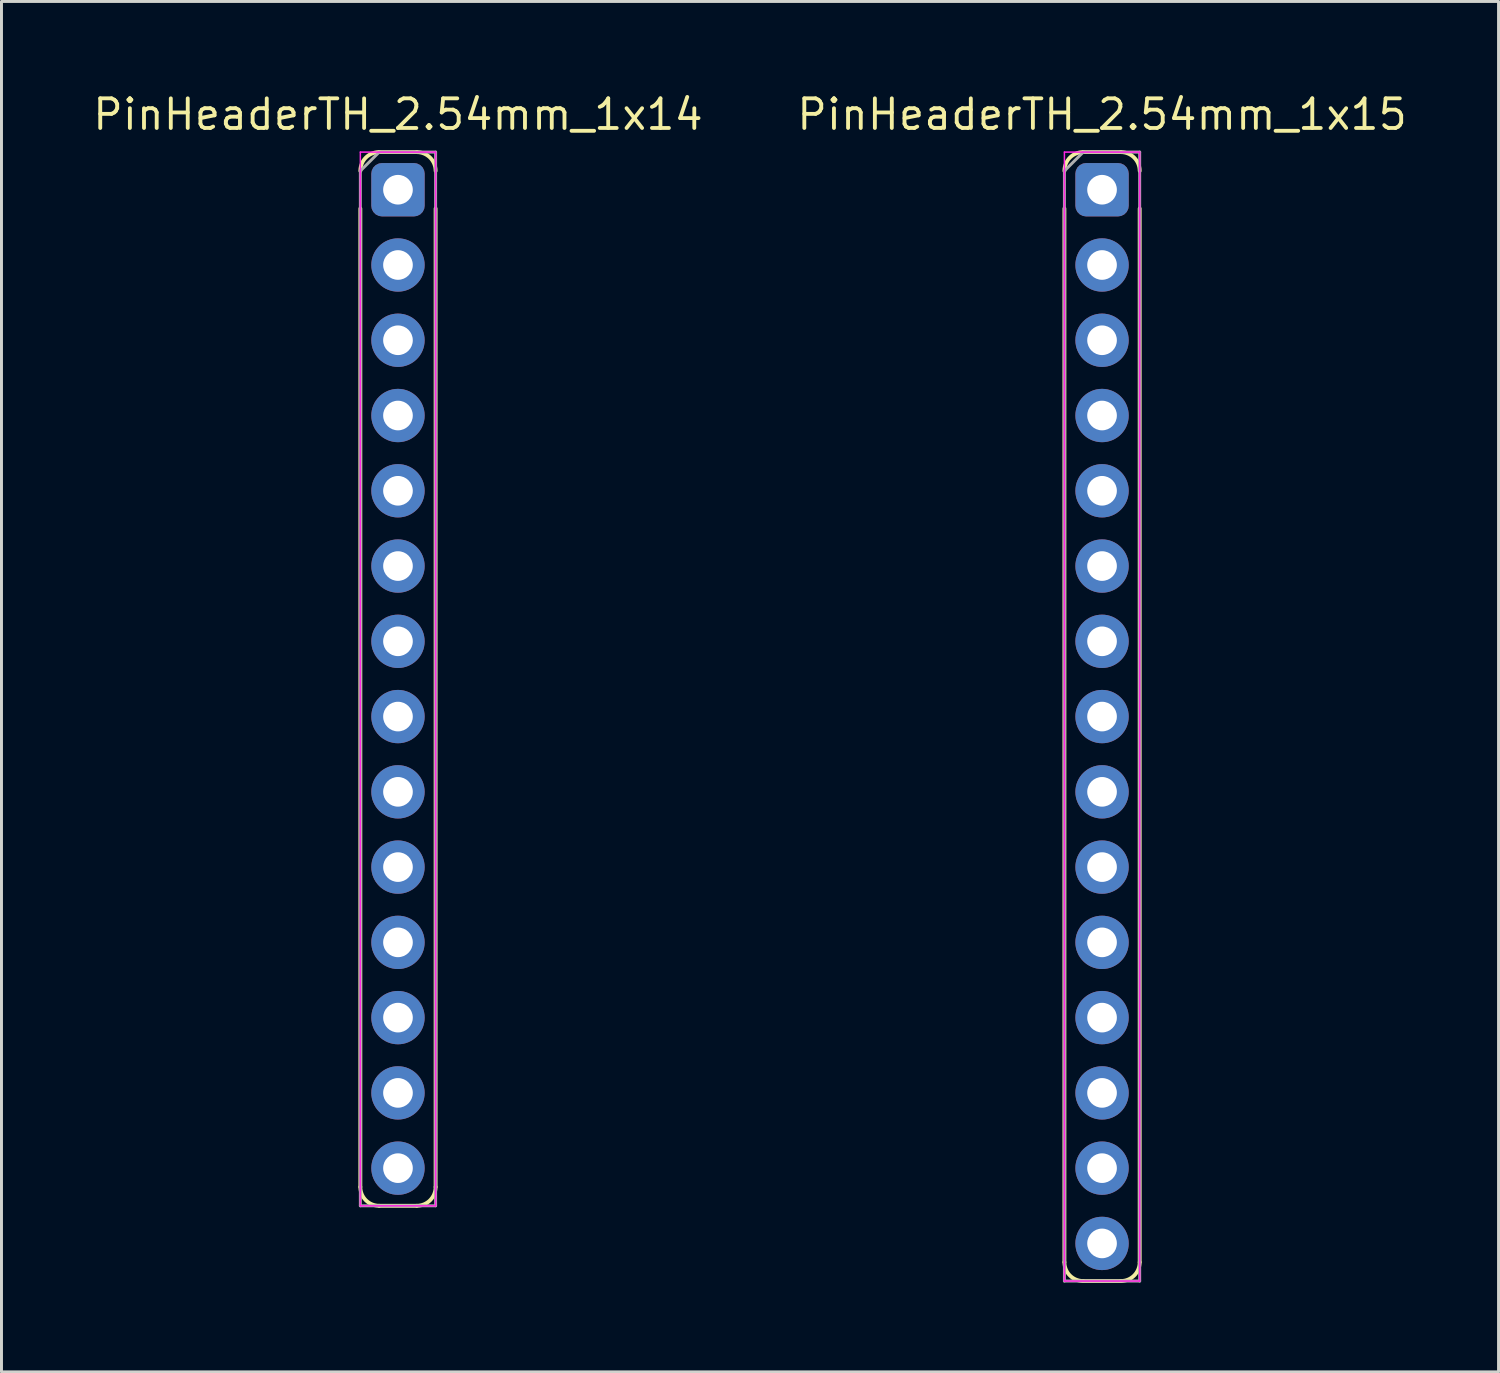
<source format=kicad_pcb>
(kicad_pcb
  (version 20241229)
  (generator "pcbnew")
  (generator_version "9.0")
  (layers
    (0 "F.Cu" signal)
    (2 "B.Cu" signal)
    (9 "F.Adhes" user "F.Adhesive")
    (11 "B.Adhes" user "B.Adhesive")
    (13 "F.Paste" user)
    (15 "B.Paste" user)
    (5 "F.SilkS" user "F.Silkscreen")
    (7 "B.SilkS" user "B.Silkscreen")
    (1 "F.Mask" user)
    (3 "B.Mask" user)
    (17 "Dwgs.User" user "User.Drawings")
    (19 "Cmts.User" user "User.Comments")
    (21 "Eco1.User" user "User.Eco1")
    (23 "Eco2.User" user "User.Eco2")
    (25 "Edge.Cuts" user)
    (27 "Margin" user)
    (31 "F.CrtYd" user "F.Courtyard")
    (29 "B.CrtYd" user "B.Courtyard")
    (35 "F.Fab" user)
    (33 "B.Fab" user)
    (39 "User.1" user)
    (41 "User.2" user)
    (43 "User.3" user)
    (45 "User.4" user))
  (footprint "PinHeaderTH_2.54mm_1x14"
    (layer "F.Cu")
    (at 10.381 3.353)
    (property "Reference" "PinHeaderTH_2.54mm_1x14" (at 0 -2.54 0) (layer "F.SilkS") (effects (font (size 1 1) (thickness 0.13))))
    (attr through_hole)
    (fp_line (start -1.27 0.635) (end -1.27 33.655) (stroke (width 0.13) (type solid)) (layer "F.SilkS"))
    (fp_line (start -0.635 -1.27) (end 0.635 -1.27) (stroke (width 0.13) (type solid)) (layer "F.SilkS"))
    (fp_line (start -0.635 34.29) (end 0.635 34.29) (stroke (width 0.13) (type solid)) (layer "F.SilkS"))
    (fp_line (start 1.27 0.635) (end 1.27 33.655) (stroke (width 0.13) (type solid)) (layer "F.SilkS"))
    (fp_arc (start -1.27 -0.635) (mid -1.084013 -1.084013) (end -0.635 -1.27) (stroke (width 0.13) (type solid)) (layer "F.SilkS"))
    (fp_arc (start -0.635 34.29) (mid -1.084013 34.104013) (end -1.27 33.655) (stroke (width 0.13) (type solid)) (layer "F.SilkS"))
    (fp_arc (start 0.635 -1.27) (mid 1.084013 -1.084013) (end 1.27 -0.635) (stroke (width 0.13) (type solid)) (layer "F.SilkS"))
    (fp_arc (start 1.27 33.655) (mid 1.084013 34.104013) (end 0.635 34.29) (stroke (width 0.13) (type solid)) (layer "F.SilkS"))
    (fp_line (start -1.27 -1.27) (end -1.27 34.29) (stroke (width 0.05) (type solid)) (layer "F.CrtYd"))
    (fp_line (start -1.27 -1.27) (end 1.27 -1.27) (stroke (width 0.05) (type solid)) (layer "F.CrtYd"))
    (fp_line (start -1.27 34.29) (end 1.27 34.29) (stroke (width 0.05) (type solid)) (layer "F.CrtYd"))
    (fp_line (start 1.27 34.29) (end 1.27 -1.27) (stroke (width 0.05) (type solid)) (layer "F.CrtYd"))
    (fp_line (start -1.27 -0.635) (end -0.635 -1.27) (stroke (width 0.1) (type solid)) (layer "F.Fab"))
    (fp_line (start -1.27 34.29) (end -1.27 -0.635) (stroke (width 0.1) (type solid)) (layer "F.Fab"))
    (fp_line (start -0.635 -1.27) (end 1.27 -1.27) (stroke (width 0.1) (type solid)) (layer "F.Fab"))
    (fp_line (start 1.27 -1.27) (end 1.27 34.29) (stroke (width 0.1) (type solid)) (layer "F.Fab"))
    (fp_line (start 1.27 34.29) (end -1.27 34.29) (stroke (width 0.1) (type solid)) (layer "F.Fab"))
    (pad "1" thru_hole roundrect (at 0 0) (size 1.8 1.8) (drill 1) (layers "*.Cu" "*.Mask") (roundrect_rratio 0.2))
    (pad "2" thru_hole oval (at 0 2.54) (size 1.8 1.8) (drill 1) (layers "*.Cu" "*.Mask"))
    (pad "3" thru_hole oval (at 0 5.08) (size 1.8 1.8) (drill 1) (layers "*.Cu" "*.Mask"))
    (pad "4" thru_hole oval (at 0 7.62) (size 1.8 1.8) (drill 1) (layers "*.Cu" "*.Mask"))
    (pad "5" thru_hole oval (at 0 10.16) (size 1.8 1.8) (drill 1) (layers "*.Cu" "*.Mask"))
    (pad "6" thru_hole oval (at 0 12.7) (size 1.8 1.8) (drill 1) (layers "*.Cu" "*.Mask"))
    (pad "7" thru_hole oval (at 0 15.24) (size 1.8 1.8) (drill 1) (layers "*.Cu" "*.Mask"))
    (pad "8" thru_hole oval (at 0 17.78) (size 1.8 1.8) (drill 1) (layers "*.Cu" "*.Mask"))
    (pad "9" thru_hole oval (at 0 20.32) (size 1.8 1.8) (drill 1) (layers "*.Cu" "*.Mask"))
    (pad "10" thru_hole oval (at 0 22.86) (size 1.8 1.8) (drill 1) (layers "*.Cu" "*.Mask"))
    (pad "11" thru_hole oval (at 0 25.4) (size 1.8 1.8) (drill 1) (layers "*.Cu" "*.Mask"))
    (pad "12" thru_hole oval (at 0 27.94) (size 1.8 1.8) (drill 1) (layers "*.Cu" "*.Mask"))
    (pad "13" thru_hole oval (at 0 30.48) (size 1.8 1.8) (drill 1) (layers "*.Cu" "*.Mask"))
    (pad "14" thru_hole oval (at 0 33.02) (size 1.8 1.8) (drill 1) (layers "*.Cu" "*.Mask")))
  (footprint "PinHeaderTH_2.54mm_1x15"
    (layer "F.Cu")
    (at 34.142 3.353)
    (property "Reference" "PinHeaderTH_2.54mm_1x15" (at 0 -2.54 0) (layer "F.SilkS") (effects (font (size 1 1) (thickness 0.13))))
    (attr through_hole)
    (fp_line (start -1.27 0.635) (end -1.27 36.195) (stroke (width 0.13) (type solid)) (layer "F.SilkS"))
    (fp_line (start -0.635 -1.27) (end 0.635 -1.27) (stroke (width 0.13) (type solid)) (layer "F.SilkS"))
    (fp_line (start -0.635 36.83) (end 0.635 36.83) (stroke (width 0.13) (type solid)) (layer "F.SilkS"))
    (fp_line (start 1.27 0.635) (end 1.27 36.195) (stroke (width 0.13) (type solid)) (layer "F.SilkS"))
    (fp_arc (start -1.27 -0.635) (mid -1.084013 -1.084013) (end -0.635 -1.27) (stroke (width 0.13) (type solid)) (layer "F.SilkS"))
    (fp_arc (start -0.635 36.83) (mid -1.084013 36.644013) (end -1.27 36.195) (stroke (width 0.13) (type solid)) (layer "F.SilkS"))
    (fp_arc (start 0.635 -1.27) (mid 1.084013 -1.084013) (end 1.27 -0.635) (stroke (width 0.13) (type solid)) (layer "F.SilkS"))
    (fp_arc (start 1.27 36.195) (mid 1.084013 36.644013) (end 0.635 36.83) (stroke (width 0.13) (type solid)) (layer "F.SilkS"))
    (fp_line (start -1.27 -1.27) (end -1.27 36.83) (stroke (width 0.05) (type solid)) (layer "F.CrtYd"))
    (fp_line (start -1.27 -1.27) (end 1.27 -1.27) (stroke (width 0.05) (type solid)) (layer "F.CrtYd"))
    (fp_line (start -1.27 36.83) (end 1.27 36.83) (stroke (width 0.05) (type solid)) (layer "F.CrtYd"))
    (fp_line (start 1.27 36.83) (end 1.27 -1.27) (stroke (width 0.05) (type solid)) (layer "F.CrtYd"))
    (fp_line (start -1.27 -0.635) (end -0.635 -1.27) (stroke (width 0.1) (type solid)) (layer "F.Fab"))
    (fp_line (start -1.27 36.83) (end -1.27 -0.635) (stroke (width 0.1) (type solid)) (layer "F.Fab"))
    (fp_line (start -0.635 -1.27) (end 1.27 -1.27) (stroke (width 0.1) (type solid)) (layer "F.Fab"))
    (fp_line (start 1.27 -1.27) (end 1.27 36.83) (stroke (width 0.1) (type solid)) (layer "F.Fab"))
    (fp_line (start 1.27 36.83) (end -1.27 36.83) (stroke (width 0.1) (type solid)) (layer "F.Fab"))
    (pad "1" thru_hole roundrect (at 0 0) (size 1.8 1.8) (drill 1) (layers "*.Cu" "*.Mask") (roundrect_rratio 0.2))
    (pad "2" thru_hole oval (at 0 2.54) (size 1.8 1.8) (drill 1) (layers "*.Cu" "*.Mask"))
    (pad "3" thru_hole oval (at 0 5.08) (size 1.8 1.8) (drill 1) (layers "*.Cu" "*.Mask"))
    (pad "4" thru_hole oval (at 0 7.62) (size 1.8 1.8) (drill 1) (layers "*.Cu" "*.Mask"))
    (pad "5" thru_hole oval (at 0 10.16) (size 1.8 1.8) (drill 1) (layers "*.Cu" "*.Mask"))
    (pad "6" thru_hole oval (at 0 12.7) (size 1.8 1.8) (drill 1) (layers "*.Cu" "*.Mask"))
    (pad "7" thru_hole oval (at 0 15.24) (size 1.8 1.8) (drill 1) (layers "*.Cu" "*.Mask"))
    (pad "8" thru_hole oval (at 0 17.78) (size 1.8 1.8) (drill 1) (layers "*.Cu" "*.Mask"))
    (pad "9" thru_hole oval (at 0 20.32) (size 1.8 1.8) (drill 1) (layers "*.Cu" "*.Mask"))
    (pad "10" thru_hole oval (at 0 22.86) (size 1.8 1.8) (drill 1) (layers "*.Cu" "*.Mask"))
    (pad "11" thru_hole oval (at 0 25.4) (size 1.8 1.8) (drill 1) (layers "*.Cu" "*.Mask"))
    (pad "12" thru_hole oval (at 0 27.94) (size 1.8 1.8) (drill 1) (layers "*.Cu" "*.Mask"))
    (pad "13" thru_hole oval (at 0 30.48) (size 1.8 1.8) (drill 1) (layers "*.Cu" "*.Mask"))
    (pad "14" thru_hole oval (at 0 33.02) (size 1.8 1.8) (drill 1) (layers "*.Cu" "*.Mask"))
    (pad "15" thru_hole oval (at 0 35.56) (size 1.8 1.8) (drill 1) (layers "*.Cu" "*.Mask")))
  (gr_rect
    (start -3 -3)
    (end 47.523 43.248)
    (stroke (width 0.1) (type default))
    (fill no)
    (layer "Edge.Cuts")))
</source>
